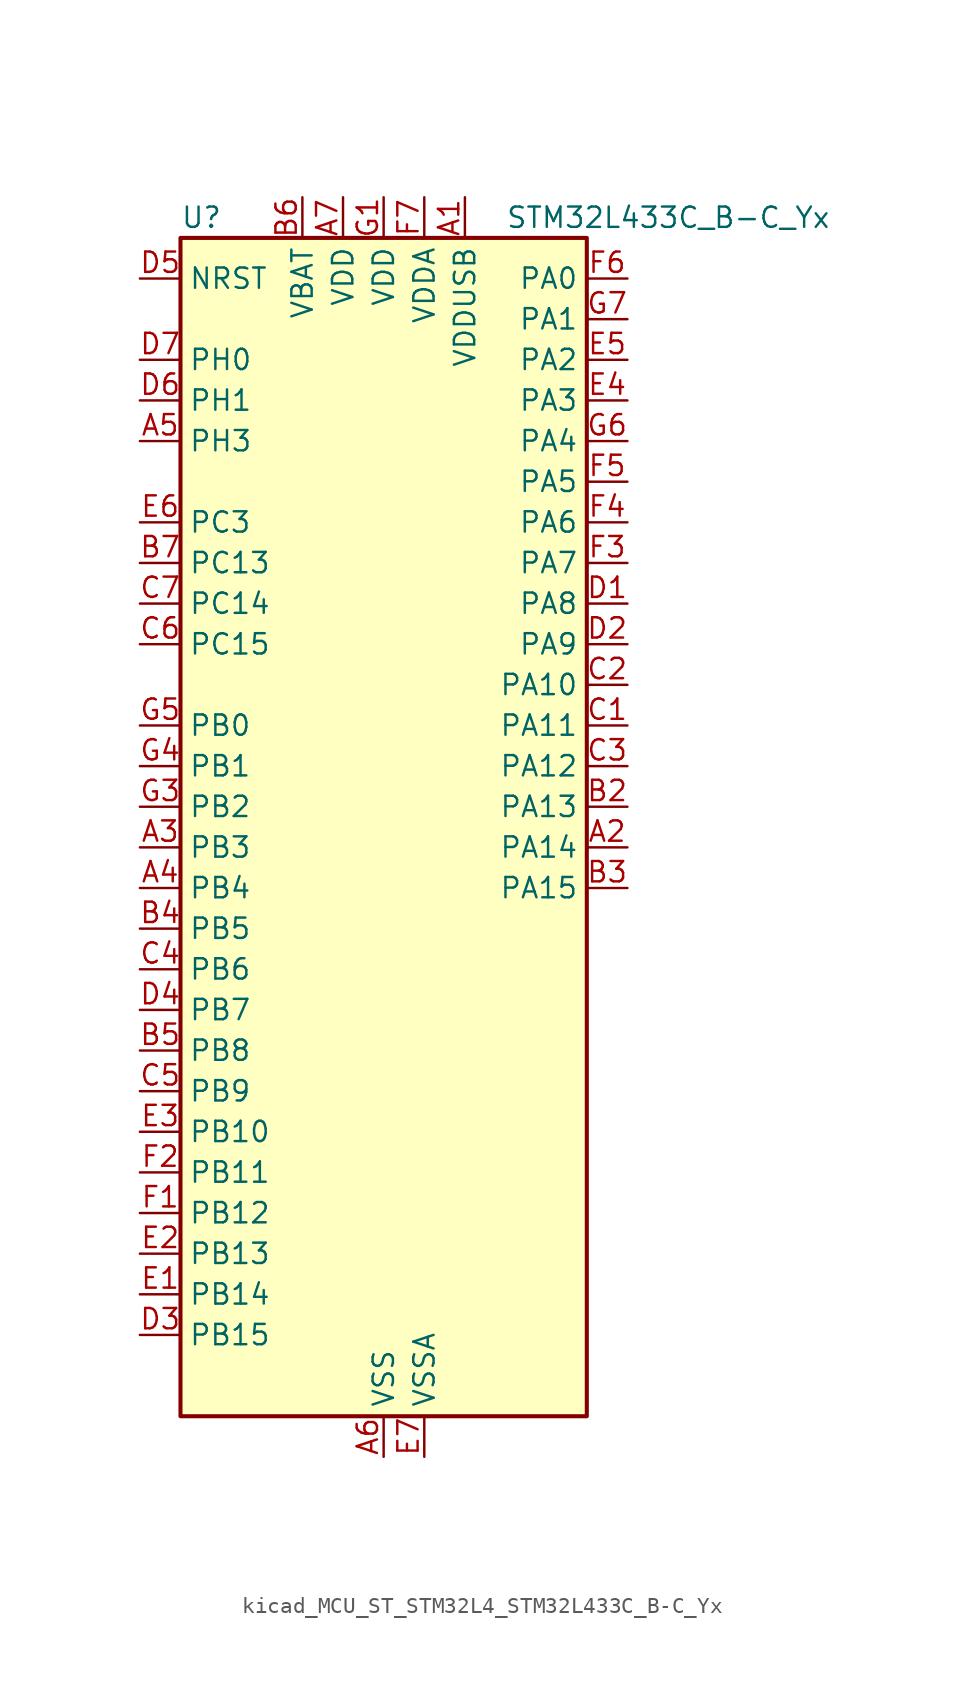
<source format=kicad_sym>
(kicad_symbol_lib
  (version 20220914)
  (generator kicad_symbol_editor)
  (symbol "kicad_MCU_ST_STM32L4_STM32L433C_B-C_Yx"
    (property "Reference" "U"
      (at -12.7 39.37 0)
      (effects (font (size 1.27 1.27)) (justify left)))
    (property "Value" "STM32L433C_B-C_Yx"
      (at 7.62 39.37 0)
      (effects (font (size 1.27 1.27)) (justify left)))
    (property "ki_locked" ""
      (at 0 0 0)
      (effects (font (size 1.27 1.27))))
    (symbol "kicad_MCU_ST_STM32L4_STM32L433C_B-C_Yx_0_1"
      (rectangle (start -12.7 -35.56) (end 12.7 38.1) (stroke (width 0.254) (type default)) (fill (type background))))
    (symbol "kicad_MCU_ST_STM32L4_STM32L433C_B-C_Yx_1_1"
      (pin power_in line (at 5.08 40.64 270) (length 2.54) (name "VDDUSB" (effects (font (size 1.27 1.27)))) (number "A1" (effects (font (size 1.27 1.27)))))
      (pin bidirectional line (at 15.24 0 180) (length 2.54) (name "PA14" (effects (font (size 1.27 1.27)))) (number "A2" (effects (font (size 1.27 1.27)))) (alternate "I2C1_SMBA" bidirectional line) (alternate "LPTIM1_OUT" bidirectional line) (alternate "SAI1_FS_B" bidirectional line) (alternate "SWPMI1_RX" bidirectional line) (alternate "SYS_JTCK-SWCLK" bidirectional line))
      (pin bidirectional line (at -15.24 0 0) (length 2.54) (name "PB3" (effects (font (size 1.27 1.27)))) (number "A3" (effects (font (size 1.27 1.27)))) (alternate "COMP2_INM" bidirectional line) (alternate "LCD_SEG7" bidirectional line) (alternate "SAI1_SCK_B" bidirectional line) (alternate "SPI1_SCK" bidirectional line) (alternate "SPI3_SCK" bidirectional line) (alternate "SYS_JTDO-SWO" bidirectional line) (alternate "TIM2_CH2" bidirectional line) (alternate "USART1_DE" bidirectional line) (alternate "USART1_RTS" bidirectional line))
      (pin bidirectional line (at -15.24 -2.54 0) (length 2.54) (name "PB4" (effects (font (size 1.27 1.27)))) (number "A4" (effects (font (size 1.27 1.27)))) (alternate "COMP2_INP" bidirectional line) (alternate "I2C3_SDA" bidirectional line) (alternate "LCD_SEG8" bidirectional line) (alternate "SAI1_MCLK_B" bidirectional line) (alternate "SPI1_MISO" bidirectional line) (alternate "SPI3_MISO" bidirectional line) (alternate "SYS_JTRST" bidirectional line) (alternate "TSC_G2_IO1" bidirectional line) (alternate "USART1_CTS" bidirectional line))
      (pin bidirectional line (at -15.24 25.4 0) (length 2.54) (name "PH3" (effects (font (size 1.27 1.27)))) (number "A5" (effects (font (size 1.27 1.27)))))
      (pin power_in line (at 0 -38.1 90) (length 2.54) (name "VSS" (effects (font (size 1.27 1.27)))) (number "A6" (effects (font (size 1.27 1.27)))))
      (pin power_in line (at -2.54 40.64 270) (length 2.54) (name "VDD" (effects (font (size 1.27 1.27)))) (number "A7" (effects (font (size 1.27 1.27)))))
      (pin passive line (at 0 -38.1 90) (length 2.54) hide (name "VSS" (effects (font (size 1.27 1.27)))) (number "B1" (effects (font (size 1.27 1.27)))))
      (pin bidirectional line (at 15.24 2.54 180) (length 2.54) (name "PA13" (effects (font (size 1.27 1.27)))) (number "B2" (effects (font (size 1.27 1.27)))) (alternate "IR_OUT" bidirectional line) (alternate "SAI1_SD_B" bidirectional line) (alternate "SWPMI1_TX" bidirectional line) (alternate "SYS_JTMS-SWDIO" bidirectional line) (alternate "USB_NOE" bidirectional line))
      (pin bidirectional line (at 15.24 -2.54 180) (length 2.54) (name "PA15" (effects (font (size 1.27 1.27)))) (number "B3" (effects (font (size 1.27 1.27)))) (alternate "ADC1_EXTI15" bidirectional line) (alternate "LCD_SEG17" bidirectional line) (alternate "SPI1_NSS" bidirectional line) (alternate "SPI3_NSS" bidirectional line) (alternate "SWPMI1_SUSPEND" bidirectional line) (alternate "SYS_JTDI" bidirectional line) (alternate "TIM2_CH1" bidirectional line) (alternate "TIM2_ETR" bidirectional line) (alternate "USART2_RX" bidirectional line) (alternate "USART3_DE" bidirectional line) (alternate "USART3_RTS" bidirectional line))
      (pin bidirectional line (at -15.24 -5.08 0) (length 2.54) (name "PB5" (effects (font (size 1.27 1.27)))) (number "B4" (effects (font (size 1.27 1.27)))) (alternate "COMP2_OUT" bidirectional line) (alternate "I2C1_SMBA" bidirectional line) (alternate "LCD_SEG9" bidirectional line) (alternate "LPTIM1_IN1" bidirectional line) (alternate "SAI1_SD_B" bidirectional line) (alternate "SPI1_MOSI" bidirectional line) (alternate "SPI3_MOSI" bidirectional line) (alternate "TIM16_BKIN" bidirectional line) (alternate "TSC_G2_IO2" bidirectional line) (alternate "USART1_CK" bidirectional line))
      (pin bidirectional line (at -15.24 -12.7 0) (length 2.54) (name "PB8" (effects (font (size 1.27 1.27)))) (number "B5" (effects (font (size 1.27 1.27)))) (alternate "CAN1_RX" bidirectional line) (alternate "I2C1_SCL" bidirectional line) (alternate "LCD_SEG16" bidirectional line) (alternate "SAI1_MCLK_A" bidirectional line) (alternate "TIM16_CH1" bidirectional line))
      (pin power_in line (at -5.08 40.64 270) (length 2.54) (name "VBAT" (effects (font (size 1.27 1.27)))) (number "B6" (effects (font (size 1.27 1.27)))))
      (pin bidirectional line (at -15.24 17.78 0) (length 2.54) (name "PC13" (effects (font (size 1.27 1.27)))) (number "B7" (effects (font (size 1.27 1.27)))) (alternate "RTC_OUT_ALARM" bidirectional line) (alternate "RTC_OUT_CALIB" bidirectional line) (alternate "RTC_TAMP1" bidirectional line) (alternate "RTC_TS" bidirectional line) (alternate "SYS_WKUP2" bidirectional line))
      (pin bidirectional line (at 15.24 7.62 180) (length 2.54) (name "PA11" (effects (font (size 1.27 1.27)))) (number "C1" (effects (font (size 1.27 1.27)))) (alternate "ADC1_EXTI11" bidirectional line) (alternate "CAN1_RX" bidirectional line) (alternate "COMP1_OUT" bidirectional line) (alternate "SPI1_MISO" bidirectional line) (alternate "TIM1_BKIN2" bidirectional line) (alternate "TIM1_BKIN2_COMP1" bidirectional line) (alternate "TIM1_CH4" bidirectional line) (alternate "USART1_CTS" bidirectional line) (alternate "USB_DM" bidirectional line))
      (pin bidirectional line (at 15.24 10.16 180) (length 2.54) (name "PA10" (effects (font (size 1.27 1.27)))) (number "C2" (effects (font (size 1.27 1.27)))) (alternate "CRS_SYNC" bidirectional line) (alternate "I2C1_SDA" bidirectional line) (alternate "LCD_COM2" bidirectional line) (alternate "SAI1_SD_A" bidirectional line) (alternate "TIM1_CH3" bidirectional line) (alternate "USART1_RX" bidirectional line))
      (pin bidirectional line (at 15.24 5.08 180) (length 2.54) (name "PA12" (effects (font (size 1.27 1.27)))) (number "C3" (effects (font (size 1.27 1.27)))) (alternate "CAN1_TX" bidirectional line) (alternate "SPI1_MOSI" bidirectional line) (alternate "TIM1_ETR" bidirectional line) (alternate "USART1_DE" bidirectional line) (alternate "USART1_RTS" bidirectional line) (alternate "USB_DP" bidirectional line))
      (pin bidirectional line (at -15.24 -7.62 0) (length 2.54) (name "PB6" (effects (font (size 1.27 1.27)))) (number "C4" (effects (font (size 1.27 1.27)))) (alternate "COMP2_INP" bidirectional line) (alternate "I2C1_SCL" bidirectional line) (alternate "LPTIM1_ETR" bidirectional line) (alternate "SAI1_FS_B" bidirectional line) (alternate "TIM16_CH1N" bidirectional line) (alternate "TSC_G2_IO3" bidirectional line) (alternate "USART1_TX" bidirectional line))
      (pin bidirectional line (at -15.24 -15.24 0) (length 2.54) (name "PB9" (effects (font (size 1.27 1.27)))) (number "C5" (effects (font (size 1.27 1.27)))) (alternate "CAN1_TX" bidirectional line) (alternate "DAC1_EXTI9" bidirectional line) (alternate "I2C1_SDA" bidirectional line) (alternate "IR_OUT" bidirectional line) (alternate "LCD_COM3" bidirectional line) (alternate "SAI1_FS_A" bidirectional line) (alternate "SPI2_NSS" bidirectional line))
      (pin bidirectional line (at -15.24 12.7 0) (length 2.54) (name "PC15" (effects (font (size 1.27 1.27)))) (number "C6" (effects (font (size 1.27 1.27)))) (alternate "ADC1_EXTI15" bidirectional line) (alternate "RCC_OSC32_OUT" bidirectional line))
      (pin bidirectional line (at -15.24 15.24 0) (length 2.54) (name "PC14" (effects (font (size 1.27 1.27)))) (number "C7" (effects (font (size 1.27 1.27)))) (alternate "RCC_OSC32_IN" bidirectional line))
      (pin bidirectional line (at 15.24 15.24 180) (length 2.54) (name "PA8" (effects (font (size 1.27 1.27)))) (number "D1" (effects (font (size 1.27 1.27)))) (alternate "LCD_COM0" bidirectional line) (alternate "LPTIM2_OUT" bidirectional line) (alternate "RCC_MCO" bidirectional line) (alternate "SAI1_SCK_A" bidirectional line) (alternate "SWPMI1_IO" bidirectional line) (alternate "TIM1_CH1" bidirectional line) (alternate "USART1_CK" bidirectional line))
      (pin bidirectional line (at 15.24 12.7 180) (length 2.54) (name "PA9" (effects (font (size 1.27 1.27)))) (number "D2" (effects (font (size 1.27 1.27)))) (alternate "DAC1_EXTI9" bidirectional line) (alternate "I2C1_SCL" bidirectional line) (alternate "LCD_COM1" bidirectional line) (alternate "SAI1_FS_A" bidirectional line) (alternate "TIM15_BKIN" bidirectional line) (alternate "TIM1_CH2" bidirectional line) (alternate "USART1_TX" bidirectional line))
      (pin bidirectional line (at -15.24 -30.48 0) (length 2.54) (name "PB15" (effects (font (size 1.27 1.27)))) (number "D3" (effects (font (size 1.27 1.27)))) (alternate "ADC1_EXTI15" bidirectional line) (alternate "LCD_SEG15" bidirectional line) (alternate "RTC_REFIN" bidirectional line) (alternate "SAI1_SD_A" bidirectional line) (alternate "SPI2_MOSI" bidirectional line) (alternate "SWPMI1_SUSPEND" bidirectional line) (alternate "TIM15_CH2" bidirectional line) (alternate "TIM1_CH3N" bidirectional line) (alternate "TSC_G1_IO4" bidirectional line))
      (pin bidirectional line (at -15.24 -10.16 0) (length 2.54) (name "PB7" (effects (font (size 1.27 1.27)))) (number "D4" (effects (font (size 1.27 1.27)))) (alternate "COMP2_INM" bidirectional line) (alternate "I2C1_SDA" bidirectional line) (alternate "LCD_SEG21" bidirectional line) (alternate "LPTIM1_IN2" bidirectional line) (alternate "SYS_PVD_IN" bidirectional line) (alternate "TSC_G2_IO4" bidirectional line) (alternate "USART1_RX" bidirectional line))
      (pin input line (at -15.24 35.56 0) (length 2.54) (name "NRST" (effects (font (size 1.27 1.27)))) (number "D5" (effects (font (size 1.27 1.27)))))
      (pin bidirectional line (at -15.24 27.94 0) (length 2.54) (name "PH1" (effects (font (size 1.27 1.27)))) (number "D6" (effects (font (size 1.27 1.27)))) (alternate "RCC_OSC_OUT" bidirectional line))
      (pin bidirectional line (at -15.24 30.48 0) (length 2.54) (name "PH0" (effects (font (size 1.27 1.27)))) (number "D7" (effects (font (size 1.27 1.27)))) (alternate "RCC_OSC_IN" bidirectional line))
      (pin bidirectional line (at -15.24 -27.94 0) (length 2.54) (name "PB14" (effects (font (size 1.27 1.27)))) (number "E1" (effects (font (size 1.27 1.27)))) (alternate "I2C2_SDA" bidirectional line) (alternate "LCD_SEG14" bidirectional line) (alternate "SAI1_MCLK_A" bidirectional line) (alternate "SPI2_MISO" bidirectional line) (alternate "SWPMI1_RX" bidirectional line) (alternate "TIM15_CH1" bidirectional line) (alternate "TIM1_CH2N" bidirectional line) (alternate "TSC_G1_IO3" bidirectional line) (alternate "USART3_DE" bidirectional line) (alternate "USART3_RTS" bidirectional line))
      (pin bidirectional line (at -15.24 -25.4 0) (length 2.54) (name "PB13" (effects (font (size 1.27 1.27)))) (number "E2" (effects (font (size 1.27 1.27)))) (alternate "I2C2_SCL" bidirectional line) (alternate "LCD_SEG13" bidirectional line) (alternate "LPUART1_CTS" bidirectional line) (alternate "SAI1_SCK_A" bidirectional line) (alternate "SPI2_SCK" bidirectional line) (alternate "SWPMI1_TX" bidirectional line) (alternate "TIM15_CH1N" bidirectional line) (alternate "TIM1_CH1N" bidirectional line) (alternate "TSC_G1_IO2" bidirectional line) (alternate "USART3_CTS" bidirectional line))
      (pin bidirectional line (at -15.24 -17.78 0) (length 2.54) (name "PB10" (effects (font (size 1.27 1.27)))) (number "E3" (effects (font (size 1.27 1.27)))) (alternate "COMP1_OUT" bidirectional line) (alternate "I2C2_SCL" bidirectional line) (alternate "LCD_SEG10" bidirectional line) (alternate "LPUART1_RX" bidirectional line) (alternate "QUADSPI_CLK" bidirectional line) (alternate "SAI1_SCK_A" bidirectional line) (alternate "SPI2_SCK" bidirectional line) (alternate "TIM2_CH3" bidirectional line) (alternate "TSC_SYNC" bidirectional line) (alternate "USART3_TX" bidirectional line))
      (pin bidirectional line (at 15.24 27.94 180) (length 2.54) (name "PA3" (effects (font (size 1.27 1.27)))) (number "E4" (effects (font (size 1.27 1.27)))) (alternate "ADC1_IN8" bidirectional line) (alternate "COMP2_INP" bidirectional line) (alternate "LCD_SEG2" bidirectional line) (alternate "LPUART1_RX" bidirectional line) (alternate "OPAMP1_VOUT" bidirectional line) (alternate "QUADSPI_CLK" bidirectional line) (alternate "SAI1_MCLK_A" bidirectional line) (alternate "TIM15_CH2" bidirectional line) (alternate "TIM2_CH4" bidirectional line) (alternate "USART2_RX" bidirectional line))
      (pin bidirectional line (at 15.24 30.48 180) (length 2.54) (name "PA2" (effects (font (size 1.27 1.27)))) (number "E5" (effects (font (size 1.27 1.27)))) (alternate "ADC1_IN7" bidirectional line) (alternate "COMP2_INM" bidirectional line) (alternate "COMP2_OUT" bidirectional line) (alternate "LCD_SEG1" bidirectional line) (alternate "LPUART1_TX" bidirectional line) (alternate "QUADSPI_BK1_NCS" bidirectional line) (alternate "RCC_LSCO" bidirectional line) (alternate "SYS_WKUP4" bidirectional line) (alternate "TIM15_CH1" bidirectional line) (alternate "TIM2_CH3" bidirectional line) (alternate "USART2_TX" bidirectional line))
      (pin bidirectional line (at -15.24 20.32 0) (length 2.54) (name "PC3" (effects (font (size 1.27 1.27)))) (number "E6" (effects (font (size 1.27 1.27)))) (alternate "ADC1_IN4" bidirectional line) (alternate "LCD_VLCD" bidirectional line) (alternate "LPTIM1_ETR" bidirectional line) (alternate "LPTIM2_ETR" bidirectional line) (alternate "SAI1_SD_A" bidirectional line) (alternate "SPI2_MOSI" bidirectional line))
      (pin power_in line (at 2.54 -38.1 90) (length 2.54) (name "VSSA" (effects (font (size 1.27 1.27)))) (number "E7" (effects (font (size 1.27 1.27)))))
      (pin bidirectional line (at -15.24 -22.86 0) (length 2.54) (name "PB12" (effects (font (size 1.27 1.27)))) (number "F1" (effects (font (size 1.27 1.27)))) (alternate "I2C2_SMBA" bidirectional line) (alternate "LCD_SEG12" bidirectional line) (alternate "LPUART1_DE" bidirectional line) (alternate "LPUART1_RTS" bidirectional line) (alternate "SAI1_FS_A" bidirectional line) (alternate "SPI2_NSS" bidirectional line) (alternate "SWPMI1_IO" bidirectional line) (alternate "TIM15_BKIN" bidirectional line) (alternate "TIM1_BKIN" bidirectional line) (alternate "TIM1_BKIN_COMP2" bidirectional line) (alternate "TSC_G1_IO1" bidirectional line) (alternate "USART3_CK" bidirectional line))
      (pin bidirectional line (at -15.24 -20.32 0) (length 2.54) (name "PB11" (effects (font (size 1.27 1.27)))) (number "F2" (effects (font (size 1.27 1.27)))) (alternate "ADC1_EXTI11" bidirectional line) (alternate "COMP2_OUT" bidirectional line) (alternate "I2C2_SDA" bidirectional line) (alternate "LCD_SEG11" bidirectional line) (alternate "LPUART1_TX" bidirectional line) (alternate "QUADSPI_BK1_NCS" bidirectional line) (alternate "TIM2_CH4" bidirectional line) (alternate "USART3_RX" bidirectional line))
      (pin bidirectional line (at 15.24 17.78 180) (length 2.54) (name "PA7" (effects (font (size 1.27 1.27)))) (number "F3" (effects (font (size 1.27 1.27)))) (alternate "ADC1_IN12" bidirectional line) (alternate "COMP2_OUT" bidirectional line) (alternate "I2C3_SCL" bidirectional line) (alternate "LCD_SEG4" bidirectional line) (alternate "QUADSPI_BK1_IO2" bidirectional line) (alternate "SPI1_MOSI" bidirectional line) (alternate "TIM1_CH1N" bidirectional line))
      (pin bidirectional line (at 15.24 20.32 180) (length 2.54) (name "PA6" (effects (font (size 1.27 1.27)))) (number "F4" (effects (font (size 1.27 1.27)))) (alternate "ADC1_IN11" bidirectional line) (alternate "COMP1_OUT" bidirectional line) (alternate "LCD_SEG3" bidirectional line) (alternate "LPUART1_CTS" bidirectional line) (alternate "QUADSPI_BK1_IO3" bidirectional line) (alternate "SPI1_MISO" bidirectional line) (alternate "TIM16_CH1" bidirectional line) (alternate "TIM1_BKIN" bidirectional line) (alternate "TIM1_BKIN_COMP2" bidirectional line) (alternate "USART3_CTS" bidirectional line))
      (pin bidirectional line (at 15.24 22.86 180) (length 2.54) (name "PA5" (effects (font (size 1.27 1.27)))) (number "F5" (effects (font (size 1.27 1.27)))) (alternate "ADC1_IN10" bidirectional line) (alternate "COMP1_INM" bidirectional line) (alternate "COMP2_INM" bidirectional line) (alternate "DAC1_OUT2" bidirectional line) (alternate "LPTIM2_ETR" bidirectional line) (alternate "SPI1_SCK" bidirectional line) (alternate "TIM2_CH1" bidirectional line) (alternate "TIM2_ETR" bidirectional line))
      (pin bidirectional line (at 15.24 35.56 180) (length 2.54) (name "PA0" (effects (font (size 1.27 1.27)))) (number "F6" (effects (font (size 1.27 1.27)))) (alternate "ADC1_IN5" bidirectional line) (alternate "COMP1_INM" bidirectional line) (alternate "COMP1_OUT" bidirectional line) (alternate "OPAMP1_VINP" bidirectional line) (alternate "RTC_TAMP2" bidirectional line) (alternate "SAI1_EXTCLK" bidirectional line) (alternate "SYS_WKUP1" bidirectional line) (alternate "TIM2_CH1" bidirectional line) (alternate "TIM2_ETR" bidirectional line) (alternate "USART2_CTS" bidirectional line))
      (pin power_in line (at 2.54 40.64 270) (length 2.54) (name "VDDA" (effects (font (size 1.27 1.27)))) (number "F7" (effects (font (size 1.27 1.27)))))
      (pin power_in line (at 0 40.64 270) (length 2.54) (name "VDD" (effects (font (size 1.27 1.27)))) (number "G1" (effects (font (size 1.27 1.27)))))
      (pin passive line (at 0 -38.1 90) (length 2.54) hide (name "VSS" (effects (font (size 1.27 1.27)))) (number "G2" (effects (font (size 1.27 1.27)))))
      (pin bidirectional line (at -15.24 2.54 0) (length 2.54) (name "PB2" (effects (font (size 1.27 1.27)))) (number "G3" (effects (font (size 1.27 1.27)))) (alternate "COMP1_INP" bidirectional line) (alternate "I2C3_SMBA" bidirectional line) (alternate "LCD_VLCD" bidirectional line) (alternate "LPTIM1_OUT" bidirectional line) (alternate "RTC_OUT_ALARM" bidirectional line) (alternate "RTC_OUT_CALIB" bidirectional line))
      (pin bidirectional line (at -15.24 5.08 0) (length 2.54) (name "PB1" (effects (font (size 1.27 1.27)))) (number "G4" (effects (font (size 1.27 1.27)))) (alternate "ADC1_IN16" bidirectional line) (alternate "COMP1_INM" bidirectional line) (alternate "LCD_SEG6" bidirectional line) (alternate "LPTIM2_IN1" bidirectional line) (alternate "LPUART1_DE" bidirectional line) (alternate "LPUART1_RTS" bidirectional line) (alternate "QUADSPI_BK1_IO0" bidirectional line) (alternate "TIM1_CH3N" bidirectional line) (alternate "USART3_DE" bidirectional line) (alternate "USART3_RTS" bidirectional line))
      (pin bidirectional line (at -15.24 7.62 0) (length 2.54) (name "PB0" (effects (font (size 1.27 1.27)))) (number "G5" (effects (font (size 1.27 1.27)))) (alternate "ADC1_IN15" bidirectional line) (alternate "COMP1_OUT" bidirectional line) (alternate "LCD_SEG5" bidirectional line) (alternate "QUADSPI_BK1_IO1" bidirectional line) (alternate "SAI1_EXTCLK" bidirectional line) (alternate "SPI1_NSS" bidirectional line) (alternate "TIM1_CH2N" bidirectional line) (alternate "USART3_CK" bidirectional line))
      (pin bidirectional line (at 15.24 25.4 180) (length 2.54) (name "PA4" (effects (font (size 1.27 1.27)))) (number "G6" (effects (font (size 1.27 1.27)))) (alternate "ADC1_IN9" bidirectional line) (alternate "COMP1_INM" bidirectional line) (alternate "COMP2_INM" bidirectional line) (alternate "DAC1_OUT1" bidirectional line) (alternate "LPTIM2_OUT" bidirectional line) (alternate "SAI1_FS_B" bidirectional line) (alternate "SPI1_NSS" bidirectional line) (alternate "SPI3_NSS" bidirectional line) (alternate "USART2_CK" bidirectional line))
      (pin bidirectional line (at 15.24 33.02 180) (length 2.54) (name "PA1" (effects (font (size 1.27 1.27)))) (number "G7" (effects (font (size 1.27 1.27)))) (alternate "ADC1_IN6" bidirectional line) (alternate "COMP1_INP" bidirectional line) (alternate "I2C1_SMBA" bidirectional line) (alternate "LCD_SEG0" bidirectional line) (alternate "OPAMP1_VINM" bidirectional line) (alternate "SPI1_SCK" bidirectional line) (alternate "TIM15_CH1N" bidirectional line) (alternate "TIM2_CH2" bidirectional line) (alternate "USART2_DE" bidirectional line) (alternate "USART2_RTS" bidirectional line)))))
</source>
